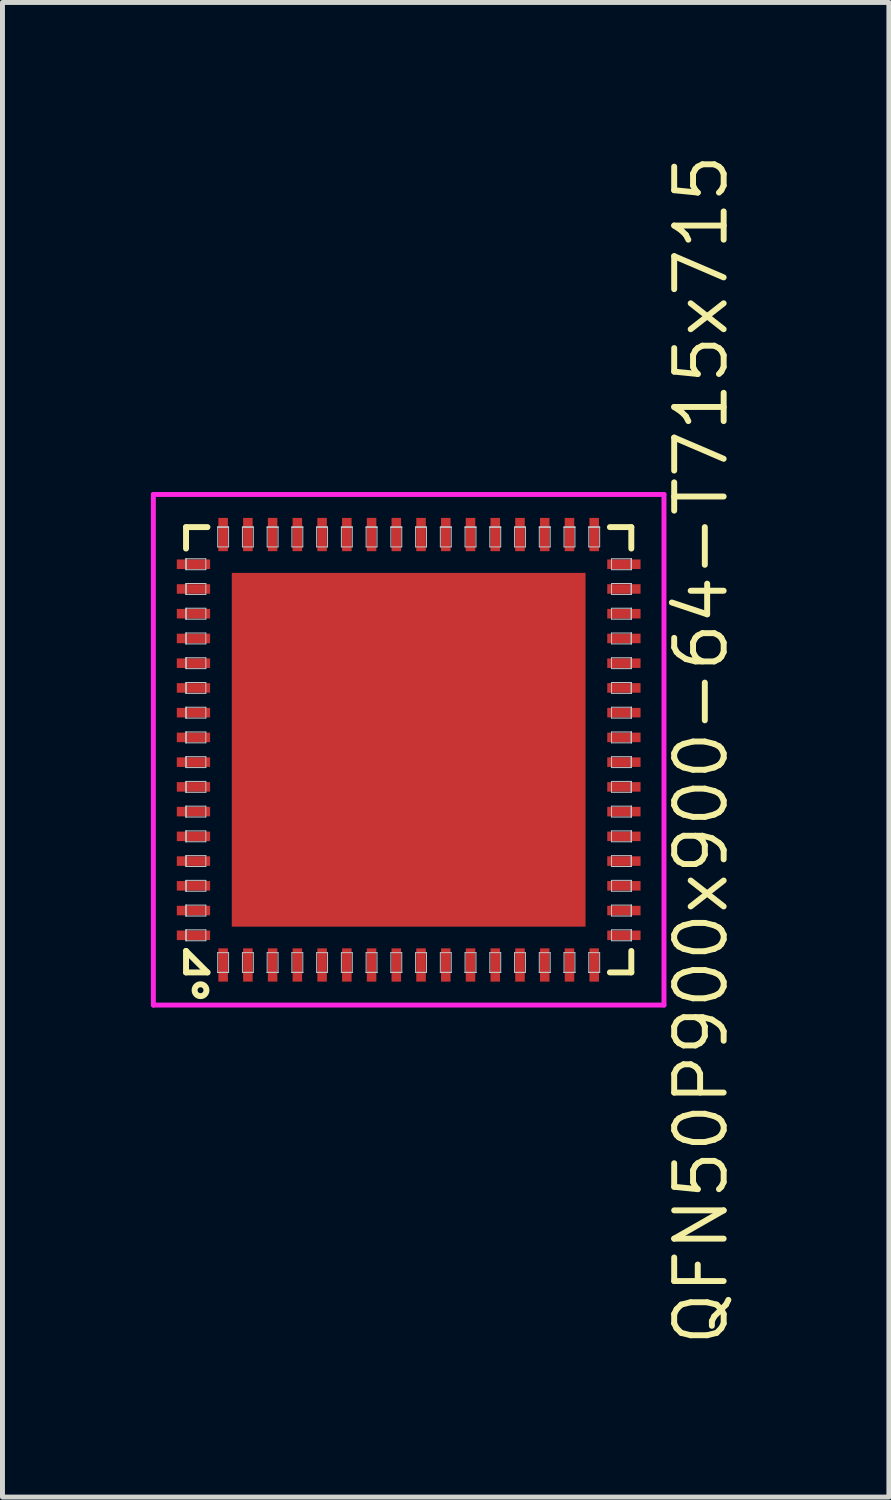
<source format=kicad_pcb>
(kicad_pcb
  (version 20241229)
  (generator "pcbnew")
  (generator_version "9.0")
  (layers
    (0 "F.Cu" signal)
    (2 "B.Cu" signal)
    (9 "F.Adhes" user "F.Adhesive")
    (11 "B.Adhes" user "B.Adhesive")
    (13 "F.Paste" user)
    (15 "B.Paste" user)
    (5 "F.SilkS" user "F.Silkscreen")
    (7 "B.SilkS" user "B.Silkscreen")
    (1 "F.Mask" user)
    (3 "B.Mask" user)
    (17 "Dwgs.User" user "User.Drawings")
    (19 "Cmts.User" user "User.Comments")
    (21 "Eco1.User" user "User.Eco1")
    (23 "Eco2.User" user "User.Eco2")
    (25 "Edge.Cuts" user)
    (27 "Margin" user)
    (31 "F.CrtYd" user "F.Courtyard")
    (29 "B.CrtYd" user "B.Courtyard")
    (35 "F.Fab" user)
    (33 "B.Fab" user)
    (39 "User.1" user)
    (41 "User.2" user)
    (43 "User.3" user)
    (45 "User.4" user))
  (footprint "QFN50P900x900-64-T715x715"
    (layer "F.Cu")
    (at 5.21 12.104)
    (property "Reference" "QFN50P900x900-64-T715x715" (at 5.91 0 90) (layer "F.SilkS") (effects (font (size 1 1) (thickness 0.12))))
    (attr through_hole)
    (fp_line (start -4.5 -4.5) (end -4.5 -4.067) (stroke (width 0.12) (type solid)) (layer "F.SilkS"))
    (fp_line (start -4.5 -4.5) (end -4.067 -4.5) (stroke (width 0.12) (type solid)) (layer "F.SilkS"))
    (fp_line (start -4.5 4.067) (end -4.067 4.5) (stroke (width 0.12) (type solid)) (layer "F.SilkS"))
    (fp_line (start -4.5 4.5) (end -4.5 4.067) (stroke (width 0.12) (type solid)) (layer "F.SilkS"))
    (fp_line (start -4.5 4.5) (end -4.067 4.5) (stroke (width 0.12) (type solid)) (layer "F.SilkS"))
    (fp_line (start 4.5 -4.5) (end 4.067 -4.5) (stroke (width 0.12) (type solid)) (layer "F.SilkS"))
    (fp_line (start 4.5 -4.5) (end 4.5 -4.067) (stroke (width 0.12) (type solid)) (layer "F.SilkS"))
    (fp_line (start 4.5 4.5) (end 4.067 4.5) (stroke (width 0.12) (type solid)) (layer "F.SilkS"))
    (fp_line (start 4.5 4.5) (end 4.5 4.067) (stroke (width 0.12) (type solid)) (layer "F.SilkS"))
    (fp_circle (center -4.207 4.86) (end -4.087 4.86) (stroke (width 0.12) (type solid)) (fill no) (layer "F.SilkS"))
    (fp_line (start -4.5 -3.86) (end -4.5 -3.86) (stroke (width 0.02) (type solid)) (layer "Dwgs.User"))
    (fp_line (start -4.5 -3.86) (end -4.5 -3.64) (stroke (width 0.02) (type solid)) (layer "Dwgs.User"))
    (fp_line (start -4.5 -3.86) (end -4.1 -3.86) (stroke (width 0.02) (type solid)) (layer "Dwgs.User"))
    (fp_line (start -4.5 -3.64) (end -4.5 -3.86) (stroke (width 0.02) (type solid)) (layer "Dwgs.User"))
    (fp_line (start -4.5 -3.64) (end -4.5 -3.86) (stroke (width 0.02) (type solid)) (layer "Dwgs.User"))
    (fp_line (start -4.5 -3.64) (end -4.5 -3.64) (stroke (width 0.02) (type solid)) (layer "Dwgs.User"))
    (fp_line (start -4.5 -3.36) (end -4.5 -3.36) (stroke (width 0.02) (type solid)) (layer "Dwgs.User"))
    (fp_line (start -4.5 -3.36) (end -4.5 -3.14) (stroke (width 0.02) (type solid)) (layer "Dwgs.User"))
    (fp_line (start -4.5 -3.36) (end -4.1 -3.36) (stroke (width 0.02) (type solid)) (layer "Dwgs.User"))
    (fp_line (start -4.5 -3.14) (end -4.5 -3.36) (stroke (width 0.02) (type solid)) (layer "Dwgs.User"))
    (fp_line (start -4.5 -3.14) (end -4.5 -3.36) (stroke (width 0.02) (type solid)) (layer "Dwgs.User"))
    (fp_line (start -4.5 -3.14) (end -4.5 -3.14) (stroke (width 0.02) (type solid)) (layer "Dwgs.User"))
    (fp_line (start -4.5 -2.86) (end -4.5 -2.86) (stroke (width 0.02) (type solid)) (layer "Dwgs.User"))
    (fp_line (start -4.5 -2.86) (end -4.5 -2.64) (stroke (width 0.02) (type solid)) (layer "Dwgs.User"))
    (fp_line (start -4.5 -2.86) (end -4.1 -2.86) (stroke (width 0.02) (type solid)) (layer "Dwgs.User"))
    (fp_line (start -4.5 -2.64) (end -4.5 -2.86) (stroke (width 0.02) (type solid)) (layer "Dwgs.User"))
    (fp_line (start -4.5 -2.64) (end -4.5 -2.86) (stroke (width 0.02) (type solid)) (layer "Dwgs.User"))
    (fp_line (start -4.5 -2.64) (end -4.5 -2.64) (stroke (width 0.02) (type solid)) (layer "Dwgs.User"))
    (fp_line (start -4.5 -2.36) (end -4.5 -2.36) (stroke (width 0.02) (type solid)) (layer "Dwgs.User"))
    (fp_line (start -4.5 -2.36) (end -4.5 -2.14) (stroke (width 0.02) (type solid)) (layer "Dwgs.User"))
    (fp_line (start -4.5 -2.36) (end -4.1 -2.36) (stroke (width 0.02) (type solid)) (layer "Dwgs.User"))
    (fp_line (start -4.5 -2.14) (end -4.5 -2.36) (stroke (width 0.02) (type solid)) (layer "Dwgs.User"))
    (fp_line (start -4.5 -2.14) (end -4.5 -2.36) (stroke (width 0.02) (type solid)) (layer "Dwgs.User"))
    (fp_line (start -4.5 -2.14) (end -4.5 -2.14) (stroke (width 0.02) (type solid)) (layer "Dwgs.User"))
    (fp_line (start -4.5 -1.86) (end -4.5 -1.86) (stroke (width 0.02) (type solid)) (layer "Dwgs.User"))
    (fp_line (start -4.5 -1.86) (end -4.5 -1.64) (stroke (width 0.02) (type solid)) (layer "Dwgs.User"))
    (fp_line (start -4.5 -1.86) (end -4.1 -1.86) (stroke (width 0.02) (type solid)) (layer "Dwgs.User"))
    (fp_line (start -4.5 -1.64) (end -4.5 -1.86) (stroke (width 0.02) (type solid)) (layer "Dwgs.User"))
    (fp_line (start -4.5 -1.64) (end -4.5 -1.86) (stroke (width 0.02) (type solid)) (layer "Dwgs.User"))
    (fp_line (start -4.5 -1.64) (end -4.5 -1.64) (stroke (width 0.02) (type solid)) (layer "Dwgs.User"))
    (fp_line (start -4.5 -1.36) (end -4.5 -1.36) (stroke (width 0.02) (type solid)) (layer "Dwgs.User"))
    (fp_line (start -4.5 -1.36) (end -4.5 -1.14) (stroke (width 0.02) (type solid)) (layer "Dwgs.User"))
    (fp_line (start -4.5 -1.36) (end -4.1 -1.36) (stroke (width 0.02) (type solid)) (layer "Dwgs.User"))
    (fp_line (start -4.5 -1.14) (end -4.5 -1.36) (stroke (width 0.02) (type solid)) (layer "Dwgs.User"))
    (fp_line (start -4.5 -1.14) (end -4.5 -1.36) (stroke (width 0.02) (type solid)) (layer "Dwgs.User"))
    (fp_line (start -4.5 -1.14) (end -4.5 -1.14) (stroke (width 0.02) (type solid)) (layer "Dwgs.User"))
    (fp_line (start -4.5 -0.86) (end -4.5 -0.86) (stroke (width 0.02) (type solid)) (layer "Dwgs.User"))
    (fp_line (start -4.5 -0.86) (end -4.5 -0.64) (stroke (width 0.02) (type solid)) (layer "Dwgs.User"))
    (fp_line (start -4.5 -0.86) (end -4.1 -0.86) (stroke (width 0.02) (type solid)) (layer "Dwgs.User"))
    (fp_line (start -4.5 -0.64) (end -4.5 -0.86) (stroke (width 0.02) (type solid)) (layer "Dwgs.User"))
    (fp_line (start -4.5 -0.64) (end -4.5 -0.86) (stroke (width 0.02) (type solid)) (layer "Dwgs.User"))
    (fp_line (start -4.5 -0.64) (end -4.5 -0.64) (stroke (width 0.02) (type solid)) (layer "Dwgs.User"))
    (fp_line (start -4.5 -0.36) (end -4.5 -0.36) (stroke (width 0.02) (type solid)) (layer "Dwgs.User"))
    (fp_line (start -4.5 -0.36) (end -4.5 -0.14) (stroke (width 0.02) (type solid)) (layer "Dwgs.User"))
    (fp_line (start -4.5 -0.36) (end -4.1 -0.36) (stroke (width 0.02) (type solid)) (layer "Dwgs.User"))
    (fp_line (start -4.5 -0.14) (end -4.5 -0.36) (stroke (width 0.02) (type solid)) (layer "Dwgs.User"))
    (fp_line (start -4.5 -0.14) (end -4.5 -0.36) (stroke (width 0.02) (type solid)) (layer "Dwgs.User"))
    (fp_line (start -4.5 -0.14) (end -4.5 -0.14) (stroke (width 0.02) (type solid)) (layer "Dwgs.User"))
    (fp_line (start -4.5 0.14) (end -4.5 0.14) (stroke (width 0.02) (type solid)) (layer "Dwgs.User"))
    (fp_line (start -4.5 0.14) (end -4.5 0.36) (stroke (width 0.02) (type solid)) (layer "Dwgs.User"))
    (fp_line (start -4.5 0.14) (end -4.1 0.14) (stroke (width 0.02) (type solid)) (layer "Dwgs.User"))
    (fp_line (start -4.5 0.36) (end -4.5 0.14) (stroke (width 0.02) (type solid)) (layer "Dwgs.User"))
    (fp_line (start -4.5 0.36) (end -4.5 0.14) (stroke (width 0.02) (type solid)) (layer "Dwgs.User"))
    (fp_line (start -4.5 0.36) (end -4.5 0.36) (stroke (width 0.02) (type solid)) (layer "Dwgs.User"))
    (fp_line (start -4.5 0.64) (end -4.5 0.64) (stroke (width 0.02) (type solid)) (layer "Dwgs.User"))
    (fp_line (start -4.5 0.64) (end -4.5 0.86) (stroke (width 0.02) (type solid)) (layer "Dwgs.User"))
    (fp_line (start -4.5 0.64) (end -4.1 0.64) (stroke (width 0.02) (type solid)) (layer "Dwgs.User"))
    (fp_line (start -4.5 0.86) (end -4.5 0.64) (stroke (width 0.02) (type solid)) (layer "Dwgs.User"))
    (fp_line (start -4.5 0.86) (end -4.5 0.64) (stroke (width 0.02) (type solid)) (layer "Dwgs.User"))
    (fp_line (start -4.5 0.86) (end -4.5 0.86) (stroke (width 0.02) (type solid)) (layer "Dwgs.User"))
    (fp_line (start -4.5 1.14) (end -4.5 1.14) (stroke (width 0.02) (type solid)) (layer "Dwgs.User"))
    (fp_line (start -4.5 1.14) (end -4.5 1.36) (stroke (width 0.02) (type solid)) (layer "Dwgs.User"))
    (fp_line (start -4.5 1.14) (end -4.1 1.14) (stroke (width 0.02) (type solid)) (layer "Dwgs.User"))
    (fp_line (start -4.5 1.36) (end -4.5 1.14) (stroke (width 0.02) (type solid)) (layer "Dwgs.User"))
    (fp_line (start -4.5 1.36) (end -4.5 1.14) (stroke (width 0.02) (type solid)) (layer "Dwgs.User"))
    (fp_line (start -4.5 1.36) (end -4.5 1.36) (stroke (width 0.02) (type solid)) (layer "Dwgs.User"))
    (fp_line (start -4.5 1.64) (end -4.5 1.64) (stroke (width 0.02) (type solid)) (layer "Dwgs.User"))
    (fp_line (start -4.5 1.64) (end -4.5 1.86) (stroke (width 0.02) (type solid)) (layer "Dwgs.User"))
    (fp_line (start -4.5 1.64) (end -4.1 1.64) (stroke (width 0.02) (type solid)) (layer "Dwgs.User"))
    (fp_line (start -4.5 1.86) (end -4.5 1.64) (stroke (width 0.02) (type solid)) (layer "Dwgs.User"))
    (fp_line (start -4.5 1.86) (end -4.5 1.64) (stroke (width 0.02) (type solid)) (layer "Dwgs.User"))
    (fp_line (start -4.5 1.86) (end -4.5 1.86) (stroke (width 0.02) (type solid)) (layer "Dwgs.User"))
    (fp_line (start -4.5 2.14) (end -4.5 2.14) (stroke (width 0.02) (type solid)) (layer "Dwgs.User"))
    (fp_line (start -4.5 2.14) (end -4.5 2.36) (stroke (width 0.02) (type solid)) (layer "Dwgs.User"))
    (fp_line (start -4.5 2.14) (end -4.1 2.14) (stroke (width 0.02) (type solid)) (layer "Dwgs.User"))
    (fp_line (start -4.5 2.36) (end -4.5 2.14) (stroke (width 0.02) (type solid)) (layer "Dwgs.User"))
    (fp_line (start -4.5 2.36) (end -4.5 2.14) (stroke (width 0.02) (type solid)) (layer "Dwgs.User"))
    (fp_line (start -4.5 2.36) (end -4.5 2.36) (stroke (width 0.02) (type solid)) (layer "Dwgs.User"))
    (fp_line (start -4.5 2.64) (end -4.5 2.64) (stroke (width 0.02) (type solid)) (layer "Dwgs.User"))
    (fp_line (start -4.5 2.64) (end -4.5 2.86) (stroke (width 0.02) (type solid)) (layer "Dwgs.User"))
    (fp_line (start -4.5 2.64) (end -4.1 2.64) (stroke (width 0.02) (type solid)) (layer "Dwgs.User"))
    (fp_line (start -4.5 2.86) (end -4.5 2.64) (stroke (width 0.02) (type solid)) (layer "Dwgs.User"))
    (fp_line (start -4.5 2.86) (end -4.5 2.64) (stroke (width 0.02) (type solid)) (layer "Dwgs.User"))
    (fp_line (start -4.5 2.86) (end -4.5 2.86) (stroke (width 0.02) (type solid)) (layer "Dwgs.User"))
    (fp_line (start -4.5 3.14) (end -4.5 3.14) (stroke (width 0.02) (type solid)) (layer "Dwgs.User"))
    (fp_line (start -4.5 3.14) (end -4.5 3.36) (stroke (width 0.02) (type solid)) (layer "Dwgs.User"))
    (fp_line (start -4.5 3.14) (end -4.1 3.14) (stroke (width 0.02) (type solid)) (layer "Dwgs.User"))
    (fp_line (start -4.5 3.36) (end -4.5 3.14) (stroke (width 0.02) (type solid)) (layer "Dwgs.User"))
    (fp_line (start -4.5 3.36) (end -4.5 3.14) (stroke (width 0.02) (type solid)) (layer "Dwgs.User"))
    (fp_line (start -4.5 3.36) (end -4.5 3.36) (stroke (width 0.02) (type solid)) (layer "Dwgs.User"))
    (fp_line (start -4.5 3.64) (end -4.5 3.64) (stroke (width 0.02) (type solid)) (layer "Dwgs.User"))
    (fp_line (start -4.5 3.64) (end -4.5 3.86) (stroke (width 0.02) (type solid)) (layer "Dwgs.User"))
    (fp_line (start -4.5 3.64) (end -4.1 3.64) (stroke (width 0.02) (type solid)) (layer "Dwgs.User"))
    (fp_line (start -4.5 3.86) (end -4.5 3.64) (stroke (width 0.02) (type solid)) (layer "Dwgs.User"))
    (fp_line (start -4.5 3.86) (end -4.5 3.64) (stroke (width 0.02) (type solid)) (layer "Dwgs.User"))
    (fp_line (start -4.5 3.86) (end -4.5 3.86) (stroke (width 0.02) (type solid)) (layer "Dwgs.User"))
    (fp_line (start -4.1 -3.86) (end -4.1 -3.64) (stroke (width 0.02) (type solid)) (layer "Dwgs.User"))
    (fp_line (start -4.1 -3.64) (end -4.5 -3.64) (stroke (width 0.02) (type solid)) (layer "Dwgs.User"))
    (fp_line (start -4.1 -3.36) (end -4.1 -3.14) (stroke (width 0.02) (type solid)) (layer "Dwgs.User"))
    (fp_line (start -4.1 -3.14) (end -4.5 -3.14) (stroke (width 0.02) (type solid)) (layer "Dwgs.User"))
    (fp_line (start -4.1 -2.86) (end -4.1 -2.64) (stroke (width 0.02) (type solid)) (layer "Dwgs.User"))
    (fp_line (start -4.1 -2.64) (end -4.5 -2.64) (stroke (width 0.02) (type solid)) (layer "Dwgs.User"))
    (fp_line (start -4.1 -2.36) (end -4.1 -2.14) (stroke (width 0.02) (type solid)) (layer "Dwgs.User"))
    (fp_line (start -4.1 -2.14) (end -4.5 -2.14) (stroke (width 0.02) (type solid)) (layer "Dwgs.User"))
    (fp_line (start -4.1 -1.86) (end -4.1 -1.64) (stroke (width 0.02) (type solid)) (layer "Dwgs.User"))
    (fp_line (start -4.1 -1.64) (end -4.5 -1.64) (stroke (width 0.02) (type solid)) (layer "Dwgs.User"))
    (fp_line (start -4.1 -1.36) (end -4.1 -1.14) (stroke (width 0.02) (type solid)) (layer "Dwgs.User"))
    (fp_line (start -4.1 -1.14) (end -4.5 -1.14) (stroke (width 0.02) (type solid)) (layer "Dwgs.User"))
    (fp_line (start -4.1 -0.86) (end -4.1 -0.64) (stroke (width 0.02) (type solid)) (layer "Dwgs.User"))
    (fp_line (start -4.1 -0.64) (end -4.5 -0.64) (stroke (width 0.02) (type solid)) (layer "Dwgs.User"))
    (fp_line (start -4.1 -0.36) (end -4.1 -0.14) (stroke (width 0.02) (type solid)) (layer "Dwgs.User"))
    (fp_line (start -4.1 -0.14) (end -4.5 -0.14) (stroke (width 0.02) (type solid)) (layer "Dwgs.User"))
    (fp_line (start -4.1 0.14) (end -4.1 0.36) (stroke (width 0.02) (type solid)) (layer "Dwgs.User"))
    (fp_line (start -4.1 0.36) (end -4.5 0.36) (stroke (width 0.02) (type solid)) (layer "Dwgs.User"))
    (fp_line (start -4.1 0.64) (end -4.1 0.86) (stroke (width 0.02) (type solid)) (layer "Dwgs.User"))
    (fp_line (start -4.1 0.86) (end -4.5 0.86) (stroke (width 0.02) (type solid)) (layer "Dwgs.User"))
    (fp_line (start -4.1 1.14) (end -4.1 1.36) (stroke (width 0.02) (type solid)) (layer "Dwgs.User"))
    (fp_line (start -4.1 1.36) (end -4.5 1.36) (stroke (width 0.02) (type solid)) (layer "Dwgs.User"))
    (fp_line (start -4.1 1.64) (end -4.1 1.86) (stroke (width 0.02) (type solid)) (layer "Dwgs.User"))
    (fp_line (start -4.1 1.86) (end -4.5 1.86) (stroke (width 0.02) (type solid)) (layer "Dwgs.User"))
    (fp_line (start -4.1 2.14) (end -4.1 2.36) (stroke (width 0.02) (type solid)) (layer "Dwgs.User"))
    (fp_line (start -4.1 2.36) (end -4.5 2.36) (stroke (width 0.02) (type solid)) (layer "Dwgs.User"))
    (fp_line (start -4.1 2.64) (end -4.1 2.86) (stroke (width 0.02) (type solid)) (layer "Dwgs.User"))
    (fp_line (start -4.1 2.86) (end -4.5 2.86) (stroke (width 0.02) (type solid)) (layer "Dwgs.User"))
    (fp_line (start -4.1 3.14) (end -4.1 3.36) (stroke (width 0.02) (type solid)) (layer "Dwgs.User"))
    (fp_line (start -4.1 3.36) (end -4.5 3.36) (stroke (width 0.02) (type solid)) (layer "Dwgs.User"))
    (fp_line (start -4.1 3.64) (end -4.1 3.86) (stroke (width 0.02) (type solid)) (layer "Dwgs.User"))
    (fp_line (start -4.1 3.86) (end -4.5 3.86) (stroke (width 0.02) (type solid)) (layer "Dwgs.User"))
    (fp_line (start -3.86 -4.5) (end -3.86 -4.5) (stroke (width 0.02) (type solid)) (layer "Dwgs.User"))
    (fp_line (start -3.86 -4.5) (end -3.64 -4.5) (stroke (width 0.02) (type solid)) (layer "Dwgs.User"))
    (fp_line (start -3.86 -4.5) (end -3.64 -4.5) (stroke (width 0.02) (type solid)) (layer "Dwgs.User"))
    (fp_line (start -3.86 -4.1) (end -3.86 -4.5) (stroke (width 0.02) (type solid)) (layer "Dwgs.User"))
    (fp_line (start -3.86 4.1) (end -3.86 4.5) (stroke (width 0.02) (type solid)) (layer "Dwgs.User"))
    (fp_line (start -3.86 4.5) (end -3.86 4.5) (stroke (width 0.02) (type solid)) (layer "Dwgs.User"))
    (fp_line (start -3.86 4.5) (end -3.64 4.5) (stroke (width 0.02) (type solid)) (layer "Dwgs.User"))
    (fp_line (start -3.86 4.5) (end -3.64 4.5) (stroke (width 0.02) (type solid)) (layer "Dwgs.User"))
    (fp_line (start -3.64 -4.5) (end -3.86 -4.5) (stroke (width 0.02) (type solid)) (layer "Dwgs.User"))
    (fp_line (start -3.64 -4.5) (end -3.64 -4.5) (stroke (width 0.02) (type solid)) (layer "Dwgs.User"))
    (fp_line (start -3.64 -4.5) (end -3.64 -4.1) (stroke (width 0.02) (type solid)) (layer "Dwgs.User"))
    (fp_line (start -3.64 -4.1) (end -3.86 -4.1) (stroke (width 0.02) (type solid)) (layer "Dwgs.User"))
    (fp_line (start -3.64 4.1) (end -3.86 4.1) (stroke (width 0.02) (type solid)) (layer "Dwgs.User"))
    (fp_line (start -3.64 4.5) (end -3.86 4.5) (stroke (width 0.02) (type solid)) (layer "Dwgs.User"))
    (fp_line (start -3.64 4.5) (end -3.64 4.1) (stroke (width 0.02) (type solid)) (layer "Dwgs.User"))
    (fp_line (start -3.64 4.5) (end -3.64 4.5) (stroke (width 0.02) (type solid)) (layer "Dwgs.User"))
    (fp_line (start -3.36 -4.5) (end -3.36 -4.5) (stroke (width 0.02) (type solid)) (layer "Dwgs.User"))
    (fp_line (start -3.36 -4.5) (end -3.14 -4.5) (stroke (width 0.02) (type solid)) (layer "Dwgs.User"))
    (fp_line (start -3.36 -4.5) (end -3.14 -4.5) (stroke (width 0.02) (type solid)) (layer "Dwgs.User"))
    (fp_line (start -3.36 -4.1) (end -3.36 -4.5) (stroke (width 0.02) (type solid)) (layer "Dwgs.User"))
    (fp_line (start -3.36 4.1) (end -3.36 4.5) (stroke (width 0.02) (type solid)) (layer "Dwgs.User"))
    (fp_line (start -3.36 4.5) (end -3.36 4.5) (stroke (width 0.02) (type solid)) (layer "Dwgs.User"))
    (fp_line (start -3.36 4.5) (end -3.14 4.5) (stroke (width 0.02) (type solid)) (layer "Dwgs.User"))
    (fp_line (start -3.36 4.5) (end -3.14 4.5) (stroke (width 0.02) (type solid)) (layer "Dwgs.User"))
    (fp_line (start -3.14 -4.5) (end -3.36 -4.5) (stroke (width 0.02) (type solid)) (layer "Dwgs.User"))
    (fp_line (start -3.14 -4.5) (end -3.14 -4.5) (stroke (width 0.02) (type solid)) (layer "Dwgs.User"))
    (fp_line (start -3.14 -4.5) (end -3.14 -4.1) (stroke (width 0.02) (type solid)) (layer "Dwgs.User"))
    (fp_line (start -3.14 -4.1) (end -3.36 -4.1) (stroke (width 0.02) (type solid)) (layer "Dwgs.User"))
    (fp_line (start -3.14 4.1) (end -3.36 4.1) (stroke (width 0.02) (type solid)) (layer "Dwgs.User"))
    (fp_line (start -3.14 4.5) (end -3.36 4.5) (stroke (width 0.02) (type solid)) (layer "Dwgs.User"))
    (fp_line (start -3.14 4.5) (end -3.14 4.1) (stroke (width 0.02) (type solid)) (layer "Dwgs.User"))
    (fp_line (start -3.14 4.5) (end -3.14 4.5) (stroke (width 0.02) (type solid)) (layer "Dwgs.User"))
    (fp_line (start -2.86 -4.5) (end -2.86 -4.5) (stroke (width 0.02) (type solid)) (layer "Dwgs.User"))
    (fp_line (start -2.86 -4.5) (end -2.64 -4.5) (stroke (width 0.02) (type solid)) (layer "Dwgs.User"))
    (fp_line (start -2.86 -4.5) (end -2.64 -4.5) (stroke (width 0.02) (type solid)) (layer "Dwgs.User"))
    (fp_line (start -2.86 -4.1) (end -2.86 -4.5) (stroke (width 0.02) (type solid)) (layer "Dwgs.User"))
    (fp_line (start -2.86 4.1) (end -2.86 4.5) (stroke (width 0.02) (type solid)) (layer "Dwgs.User"))
    (fp_line (start -2.86 4.5) (end -2.86 4.5) (stroke (width 0.02) (type solid)) (layer "Dwgs.User"))
    (fp_line (start -2.86 4.5) (end -2.64 4.5) (stroke (width 0.02) (type solid)) (layer "Dwgs.User"))
    (fp_line (start -2.86 4.5) (end -2.64 4.5) (stroke (width 0.02) (type solid)) (layer "Dwgs.User"))
    (fp_line (start -2.64 -4.5) (end -2.86 -4.5) (stroke (width 0.02) (type solid)) (layer "Dwgs.User"))
    (fp_line (start -2.64 -4.5) (end -2.64 -4.5) (stroke (width 0.02) (type solid)) (layer "Dwgs.User"))
    (fp_line (start -2.64 -4.5) (end -2.64 -4.1) (stroke (width 0.02) (type solid)) (layer "Dwgs.User"))
    (fp_line (start -2.64 -4.1) (end -2.86 -4.1) (stroke (width 0.02) (type solid)) (layer "Dwgs.User"))
    (fp_line (start -2.64 4.1) (end -2.86 4.1) (stroke (width 0.02) (type solid)) (layer "Dwgs.User"))
    (fp_line (start -2.64 4.5) (end -2.86 4.5) (stroke (width 0.02) (type solid)) (layer "Dwgs.User"))
    (fp_line (start -2.64 4.5) (end -2.64 4.1) (stroke (width 0.02) (type solid)) (layer "Dwgs.User"))
    (fp_line (start -2.64 4.5) (end -2.64 4.5) (stroke (width 0.02) (type solid)) (layer "Dwgs.User"))
    (fp_line (start -2.36 -4.5) (end -2.36 -4.5) (stroke (width 0.02) (type solid)) (layer "Dwgs.User"))
    (fp_line (start -2.36 -4.5) (end -2.14 -4.5) (stroke (width 0.02) (type solid)) (layer "Dwgs.User"))
    (fp_line (start -2.36 -4.5) (end -2.14 -4.5) (stroke (width 0.02) (type solid)) (layer "Dwgs.User"))
    (fp_line (start -2.36 -4.1) (end -2.36 -4.5) (stroke (width 0.02) (type solid)) (layer "Dwgs.User"))
    (fp_line (start -2.36 4.1) (end -2.36 4.5) (stroke (width 0.02) (type solid)) (layer "Dwgs.User"))
    (fp_line (start -2.36 4.5) (end -2.36 4.5) (stroke (width 0.02) (type solid)) (layer "Dwgs.User"))
    (fp_line (start -2.36 4.5) (end -2.14 4.5) (stroke (width 0.02) (type solid)) (layer "Dwgs.User"))
    (fp_line (start -2.36 4.5) (end -2.14 4.5) (stroke (width 0.02) (type solid)) (layer "Dwgs.User"))
    (fp_line (start -2.14 -4.5) (end -2.36 -4.5) (stroke (width 0.02) (type solid)) (layer "Dwgs.User"))
    (fp_line (start -2.14 -4.5) (end -2.14 -4.5) (stroke (width 0.02) (type solid)) (layer "Dwgs.User"))
    (fp_line (start -2.14 -4.5) (end -2.14 -4.1) (stroke (width 0.02) (type solid)) (layer "Dwgs.User"))
    (fp_line (start -2.14 -4.1) (end -2.36 -4.1) (stroke (width 0.02) (type solid)) (layer "Dwgs.User"))
    (fp_line (start -2.14 4.1) (end -2.36 4.1) (stroke (width 0.02) (type solid)) (layer "Dwgs.User"))
    (fp_line (start -2.14 4.5) (end -2.36 4.5) (stroke (width 0.02) (type solid)) (layer "Dwgs.User"))
    (fp_line (start -2.14 4.5) (end -2.14 4.1) (stroke (width 0.02) (type solid)) (layer "Dwgs.User"))
    (fp_line (start -2.14 4.5) (end -2.14 4.5) (stroke (width 0.02) (type solid)) (layer "Dwgs.User"))
    (fp_line (start -1.86 -4.5) (end -1.86 -4.5) (stroke (width 0.02) (type solid)) (layer "Dwgs.User"))
    (fp_line (start -1.86 -4.5) (end -1.64 -4.5) (stroke (width 0.02) (type solid)) (layer "Dwgs.User"))
    (fp_line (start -1.86 -4.5) (end -1.64 -4.5) (stroke (width 0.02) (type solid)) (layer "Dwgs.User"))
    (fp_line (start -1.86 -4.1) (end -1.86 -4.5) (stroke (width 0.02) (type solid)) (layer "Dwgs.User"))
    (fp_line (start -1.86 4.1) (end -1.86 4.5) (stroke (width 0.02) (type solid)) (layer "Dwgs.User"))
    (fp_line (start -1.86 4.5) (end -1.86 4.5) (stroke (width 0.02) (type solid)) (layer "Dwgs.User"))
    (fp_line (start -1.86 4.5) (end -1.64 4.5) (stroke (width 0.02) (type solid)) (layer "Dwgs.User"))
    (fp_line (start -1.86 4.5) (end -1.64 4.5) (stroke (width 0.02) (type solid)) (layer "Dwgs.User"))
    (fp_line (start -1.64 -4.5) (end -1.86 -4.5) (stroke (width 0.02) (type solid)) (layer "Dwgs.User"))
    (fp_line (start -1.64 -4.5) (end -1.64 -4.5) (stroke (width 0.02) (type solid)) (layer "Dwgs.User"))
    (fp_line (start -1.64 -4.5) (end -1.64 -4.1) (stroke (width 0.02) (type solid)) (layer "Dwgs.User"))
    (fp_line (start -1.64 -4.1) (end -1.86 -4.1) (stroke (width 0.02) (type solid)) (layer "Dwgs.User"))
    (fp_line (start -1.64 4.1) (end -1.86 4.1) (stroke (width 0.02) (type solid)) (layer "Dwgs.User"))
    (fp_line (start -1.64 4.5) (end -1.86 4.5) (stroke (width 0.02) (type solid)) (layer "Dwgs.User"))
    (fp_line (start -1.64 4.5) (end -1.64 4.1) (stroke (width 0.02) (type solid)) (layer "Dwgs.User"))
    (fp_line (start -1.64 4.5) (end -1.64 4.5) (stroke (width 0.02) (type solid)) (layer "Dwgs.User"))
    (fp_line (start -1.36 -4.5) (end -1.36 -4.5) (stroke (width 0.02) (type solid)) (layer "Dwgs.User"))
    (fp_line (start -1.36 -4.5) (end -1.14 -4.5) (stroke (width 0.02) (type solid)) (layer "Dwgs.User"))
    (fp_line (start -1.36 -4.5) (end -1.14 -4.5) (stroke (width 0.02) (type solid)) (layer "Dwgs.User"))
    (fp_line (start -1.36 -4.1) (end -1.36 -4.5) (stroke (width 0.02) (type solid)) (layer "Dwgs.User"))
    (fp_line (start -1.36 4.1) (end -1.36 4.5) (stroke (width 0.02) (type solid)) (layer "Dwgs.User"))
    (fp_line (start -1.36 4.5) (end -1.36 4.5) (stroke (width 0.02) (type solid)) (layer "Dwgs.User"))
    (fp_line (start -1.36 4.5) (end -1.14 4.5) (stroke (width 0.02) (type solid)) (layer "Dwgs.User"))
    (fp_line (start -1.36 4.5) (end -1.14 4.5) (stroke (width 0.02) (type solid)) (layer "Dwgs.User"))
    (fp_line (start -1.14 -4.5) (end -1.36 -4.5) (stroke (width 0.02) (type solid)) (layer "Dwgs.User"))
    (fp_line (start -1.14 -4.5) (end -1.14 -4.5) (stroke (width 0.02) (type solid)) (layer "Dwgs.User"))
    (fp_line (start -1.14 -4.5) (end -1.14 -4.1) (stroke (width 0.02) (type solid)) (layer "Dwgs.User"))
    (fp_line (start -1.14 -4.1) (end -1.36 -4.1) (stroke (width 0.02) (type solid)) (layer "Dwgs.User"))
    (fp_line (start -1.14 4.1) (end -1.36 4.1) (stroke (width 0.02) (type solid)) (layer "Dwgs.User"))
    (fp_line (start -1.14 4.5) (end -1.36 4.5) (stroke (width 0.02) (type solid)) (layer "Dwgs.User"))
    (fp_line (start -1.14 4.5) (end -1.14 4.1) (stroke (width 0.02) (type solid)) (layer "Dwgs.User"))
    (fp_line (start -1.14 4.5) (end -1.14 4.5) (stroke (width 0.02) (type solid)) (layer "Dwgs.User"))
    (fp_line (start -0.86 -4.5) (end -0.86 -4.5) (stroke (width 0.02) (type solid)) (layer "Dwgs.User"))
    (fp_line (start -0.86 -4.5) (end -0.64 -4.5) (stroke (width 0.02) (type solid)) (layer "Dwgs.User"))
    (fp_line (start -0.86 -4.5) (end -0.64 -4.5) (stroke (width 0.02) (type solid)) (layer "Dwgs.User"))
    (fp_line (start -0.86 -4.1) (end -0.86 -4.5) (stroke (width 0.02) (type solid)) (layer "Dwgs.User"))
    (fp_line (start -0.86 4.1) (end -0.86 4.5) (stroke (width 0.02) (type solid)) (layer "Dwgs.User"))
    (fp_line (start -0.86 4.5) (end -0.86 4.5) (stroke (width 0.02) (type solid)) (layer "Dwgs.User"))
    (fp_line (start -0.86 4.5) (end -0.64 4.5) (stroke (width 0.02) (type solid)) (layer "Dwgs.User"))
    (fp_line (start -0.86 4.5) (end -0.64 4.5) (stroke (width 0.02) (type solid)) (layer "Dwgs.User"))
    (fp_line (start -0.64 -4.5) (end -0.86 -4.5) (stroke (width 0.02) (type solid)) (layer "Dwgs.User"))
    (fp_line (start -0.64 -4.5) (end -0.64 -4.5) (stroke (width 0.02) (type solid)) (layer "Dwgs.User"))
    (fp_line (start -0.64 -4.5) (end -0.64 -4.1) (stroke (width 0.02) (type solid)) (layer "Dwgs.User"))
    (fp_line (start -0.64 -4.1) (end -0.86 -4.1) (stroke (width 0.02) (type solid)) (layer "Dwgs.User"))
    (fp_line (start -0.64 4.1) (end -0.86 4.1) (stroke (width 0.02) (type solid)) (layer "Dwgs.User"))
    (fp_line (start -0.64 4.5) (end -0.86 4.5) (stroke (width 0.02) (type solid)) (layer "Dwgs.User"))
    (fp_line (start -0.64 4.5) (end -0.64 4.1) (stroke (width 0.02) (type solid)) (layer "Dwgs.User"))
    (fp_line (start -0.64 4.5) (end -0.64 4.5) (stroke (width 0.02) (type solid)) (layer "Dwgs.User"))
    (fp_line (start -0.36 -4.5) (end -0.36 -4.5) (stroke (width 0.02) (type solid)) (layer "Dwgs.User"))
    (fp_line (start -0.36 -4.5) (end -0.14 -4.5) (stroke (width 0.02) (type solid)) (layer "Dwgs.User"))
    (fp_line (start -0.36 -4.5) (end -0.14 -4.5) (stroke (width 0.02) (type solid)) (layer "Dwgs.User"))
    (fp_line (start -0.36 -4.1) (end -0.36 -4.5) (stroke (width 0.02) (type solid)) (layer "Dwgs.User"))
    (fp_line (start -0.36 4.1) (end -0.36 4.5) (stroke (width 0.02) (type solid)) (layer "Dwgs.User"))
    (fp_line (start -0.36 4.5) (end -0.36 4.5) (stroke (width 0.02) (type solid)) (layer "Dwgs.User"))
    (fp_line (start -0.36 4.5) (end -0.14 4.5) (stroke (width 0.02) (type solid)) (layer "Dwgs.User"))
    (fp_line (start -0.36 4.5) (end -0.14 4.5) (stroke (width 0.02) (type solid)) (layer "Dwgs.User"))
    (fp_line (start -0.14 -4.5) (end -0.36 -4.5) (stroke (width 0.02) (type solid)) (layer "Dwgs.User"))
    (fp_line (start -0.14 -4.5) (end -0.14 -4.5) (stroke (width 0.02) (type solid)) (layer "Dwgs.User"))
    (fp_line (start -0.14 -4.5) (end -0.14 -4.1) (stroke (width 0.02) (type solid)) (layer "Dwgs.User"))
    (fp_line (start -0.14 -4.1) (end -0.36 -4.1) (stroke (width 0.02) (type solid)) (layer "Dwgs.User"))
    (fp_line (start -0.14 4.1) (end -0.36 4.1) (stroke (width 0.02) (type solid)) (layer "Dwgs.User"))
    (fp_line (start -0.14 4.5) (end -0.36 4.5) (stroke (width 0.02) (type solid)) (layer "Dwgs.User"))
    (fp_line (start -0.14 4.5) (end -0.14 4.1) (stroke (width 0.02) (type solid)) (layer "Dwgs.User"))
    (fp_line (start -0.14 4.5) (end -0.14 4.5) (stroke (width 0.02) (type solid)) (layer "Dwgs.User"))
    (fp_line (start 0.14 -4.5) (end 0.14 -4.5) (stroke (width 0.02) (type solid)) (layer "Dwgs.User"))
    (fp_line (start 0.14 -4.5) (end 0.36 -4.5) (stroke (width 0.02) (type solid)) (layer "Dwgs.User"))
    (fp_line (start 0.14 -4.5) (end 0.36 -4.5) (stroke (width 0.02) (type solid)) (layer "Dwgs.User"))
    (fp_line (start 0.14 -4.1) (end 0.14 -4.5) (stroke (width 0.02) (type solid)) (layer "Dwgs.User"))
    (fp_line (start 0.14 4.1) (end 0.14 4.5) (stroke (width 0.02) (type solid)) (layer "Dwgs.User"))
    (fp_line (start 0.14 4.5) (end 0.14 4.5) (stroke (width 0.02) (type solid)) (layer "Dwgs.User"))
    (fp_line (start 0.14 4.5) (end 0.36 4.5) (stroke (width 0.02) (type solid)) (layer "Dwgs.User"))
    (fp_line (start 0.14 4.5) (end 0.36 4.5) (stroke (width 0.02) (type solid)) (layer "Dwgs.User"))
    (fp_line (start 0.36 -4.5) (end 0.14 -4.5) (stroke (width 0.02) (type solid)) (layer "Dwgs.User"))
    (fp_line (start 0.36 -4.5) (end 0.36 -4.5) (stroke (width 0.02) (type solid)) (layer "Dwgs.User"))
    (fp_line (start 0.36 -4.5) (end 0.36 -4.1) (stroke (width 0.02) (type solid)) (layer "Dwgs.User"))
    (fp_line (start 0.36 -4.1) (end 0.14 -4.1) (stroke (width 0.02) (type solid)) (layer "Dwgs.User"))
    (fp_line (start 0.36 4.1) (end 0.14 4.1) (stroke (width 0.02) (type solid)) (layer "Dwgs.User"))
    (fp_line (start 0.36 4.5) (end 0.14 4.5) (stroke (width 0.02) (type solid)) (layer "Dwgs.User"))
    (fp_line (start 0.36 4.5) (end 0.36 4.1) (stroke (width 0.02) (type solid)) (layer "Dwgs.User"))
    (fp_line (start 0.36 4.5) (end 0.36 4.5) (stroke (width 0.02) (type solid)) (layer "Dwgs.User"))
    (fp_line (start 0.64 -4.5) (end 0.64 -4.5) (stroke (width 0.02) (type solid)) (layer "Dwgs.User"))
    (fp_line (start 0.64 -4.5) (end 0.86 -4.5) (stroke (width 0.02) (type solid)) (layer "Dwgs.User"))
    (fp_line (start 0.64 -4.5) (end 0.86 -4.5) (stroke (width 0.02) (type solid)) (layer "Dwgs.User"))
    (fp_line (start 0.64 -4.1) (end 0.64 -4.5) (stroke (width 0.02) (type solid)) (layer "Dwgs.User"))
    (fp_line (start 0.64 4.1) (end 0.64 4.5) (stroke (width 0.02) (type solid)) (layer "Dwgs.User"))
    (fp_line (start 0.64 4.5) (end 0.64 4.5) (stroke (width 0.02) (type solid)) (layer "Dwgs.User"))
    (fp_line (start 0.64 4.5) (end 0.86 4.5) (stroke (width 0.02) (type solid)) (layer "Dwgs.User"))
    (fp_line (start 0.64 4.5) (end 0.86 4.5) (stroke (width 0.02) (type solid)) (layer "Dwgs.User"))
    (fp_line (start 0.86 -4.5) (end 0.64 -4.5) (stroke (width 0.02) (type solid)) (layer "Dwgs.User"))
    (fp_line (start 0.86 -4.5) (end 0.86 -4.5) (stroke (width 0.02) (type solid)) (layer "Dwgs.User"))
    (fp_line (start 0.86 -4.5) (end 0.86 -4.1) (stroke (width 0.02) (type solid)) (layer "Dwgs.User"))
    (fp_line (start 0.86 -4.1) (end 0.64 -4.1) (stroke (width 0.02) (type solid)) (layer "Dwgs.User"))
    (fp_line (start 0.86 4.1) (end 0.64 4.1) (stroke (width 0.02) (type solid)) (layer "Dwgs.User"))
    (fp_line (start 0.86 4.5) (end 0.64 4.5) (stroke (width 0.02) (type solid)) (layer "Dwgs.User"))
    (fp_line (start 0.86 4.5) (end 0.86 4.1) (stroke (width 0.02) (type solid)) (layer "Dwgs.User"))
    (fp_line (start 0.86 4.5) (end 0.86 4.5) (stroke (width 0.02) (type solid)) (layer "Dwgs.User"))
    (fp_line (start 1.14 -4.5) (end 1.14 -4.5) (stroke (width 0.02) (type solid)) (layer "Dwgs.User"))
    (fp_line (start 1.14 -4.5) (end 1.36 -4.5) (stroke (width 0.02) (type solid)) (layer "Dwgs.User"))
    (fp_line (start 1.14 -4.5) (end 1.36 -4.5) (stroke (width 0.02) (type solid)) (layer "Dwgs.User"))
    (fp_line (start 1.14 -4.1) (end 1.14 -4.5) (stroke (width 0.02) (type solid)) (layer "Dwgs.User"))
    (fp_line (start 1.14 4.1) (end 1.14 4.5) (stroke (width 0.02) (type solid)) (layer "Dwgs.User"))
    (fp_line (start 1.14 4.5) (end 1.14 4.5) (stroke (width 0.02) (type solid)) (layer "Dwgs.User"))
    (fp_line (start 1.14 4.5) (end 1.36 4.5) (stroke (width 0.02) (type solid)) (layer "Dwgs.User"))
    (fp_line (start 1.14 4.5) (end 1.36 4.5) (stroke (width 0.02) (type solid)) (layer "Dwgs.User"))
    (fp_line (start 1.36 -4.5) (end 1.14 -4.5) (stroke (width 0.02) (type solid)) (layer "Dwgs.User"))
    (fp_line (start 1.36 -4.5) (end 1.36 -4.5) (stroke (width 0.02) (type solid)) (layer "Dwgs.User"))
    (fp_line (start 1.36 -4.5) (end 1.36 -4.1) (stroke (width 0.02) (type solid)) (layer "Dwgs.User"))
    (fp_line (start 1.36 -4.1) (end 1.14 -4.1) (stroke (width 0.02) (type solid)) (layer "Dwgs.User"))
    (fp_line (start 1.36 4.1) (end 1.14 4.1) (stroke (width 0.02) (type solid)) (layer "Dwgs.User"))
    (fp_line (start 1.36 4.5) (end 1.14 4.5) (stroke (width 0.02) (type solid)) (layer "Dwgs.User"))
    (fp_line (start 1.36 4.5) (end 1.36 4.1) (stroke (width 0.02) (type solid)) (layer "Dwgs.User"))
    (fp_line (start 1.36 4.5) (end 1.36 4.5) (stroke (width 0.02) (type solid)) (layer "Dwgs.User"))
    (fp_line (start 1.64 -4.5) (end 1.64 -4.5) (stroke (width 0.02) (type solid)) (layer "Dwgs.User"))
    (fp_line (start 1.64 -4.5) (end 1.86 -4.5) (stroke (width 0.02) (type solid)) (layer "Dwgs.User"))
    (fp_line (start 1.64 -4.5) (end 1.86 -4.5) (stroke (width 0.02) (type solid)) (layer "Dwgs.User"))
    (fp_line (start 1.64 -4.1) (end 1.64 -4.5) (stroke (width 0.02) (type solid)) (layer "Dwgs.User"))
    (fp_line (start 1.64 4.1) (end 1.64 4.5) (stroke (width 0.02) (type solid)) (layer "Dwgs.User"))
    (fp_line (start 1.64 4.5) (end 1.64 4.5) (stroke (width 0.02) (type solid)) (layer "Dwgs.User"))
    (fp_line (start 1.64 4.5) (end 1.86 4.5) (stroke (width 0.02) (type solid)) (layer "Dwgs.User"))
    (fp_line (start 1.64 4.5) (end 1.86 4.5) (stroke (width 0.02) (type solid)) (layer "Dwgs.User"))
    (fp_line (start 1.86 -4.5) (end 1.64 -4.5) (stroke (width 0.02) (type solid)) (layer "Dwgs.User"))
    (fp_line (start 1.86 -4.5) (end 1.86 -4.5) (stroke (width 0.02) (type solid)) (layer "Dwgs.User"))
    (fp_line (start 1.86 -4.5) (end 1.86 -4.1) (stroke (width 0.02) (type solid)) (layer "Dwgs.User"))
    (fp_line (start 1.86 -4.1) (end 1.64 -4.1) (stroke (width 0.02) (type solid)) (layer "Dwgs.User"))
    (fp_line (start 1.86 4.1) (end 1.64 4.1) (stroke (width 0.02) (type solid)) (layer "Dwgs.User"))
    (fp_line (start 1.86 4.5) (end 1.64 4.5) (stroke (width 0.02) (type solid)) (layer "Dwgs.User"))
    (fp_line (start 1.86 4.5) (end 1.86 4.1) (stroke (width 0.02) (type solid)) (layer "Dwgs.User"))
    (fp_line (start 1.86 4.5) (end 1.86 4.5) (stroke (width 0.02) (type solid)) (layer "Dwgs.User"))
    (fp_line (start 2.14 -4.5) (end 2.14 -4.5) (stroke (width 0.02) (type solid)) (layer "Dwgs.User"))
    (fp_line (start 2.14 -4.5) (end 2.36 -4.5) (stroke (width 0.02) (type solid)) (layer "Dwgs.User"))
    (fp_line (start 2.14 -4.5) (end 2.36 -4.5) (stroke (width 0.02) (type solid)) (layer "Dwgs.User"))
    (fp_line (start 2.14 -4.1) (end 2.14 -4.5) (stroke (width 0.02) (type solid)) (layer "Dwgs.User"))
    (fp_line (start 2.14 4.1) (end 2.14 4.5) (stroke (width 0.02) (type solid)) (layer "Dwgs.User"))
    (fp_line (start 2.14 4.5) (end 2.14 4.5) (stroke (width 0.02) (type solid)) (layer "Dwgs.User"))
    (fp_line (start 2.14 4.5) (end 2.36 4.5) (stroke (width 0.02) (type solid)) (layer "Dwgs.User"))
    (fp_line (start 2.14 4.5) (end 2.36 4.5) (stroke (width 0.02) (type solid)) (layer "Dwgs.User"))
    (fp_line (start 2.36 -4.5) (end 2.14 -4.5) (stroke (width 0.02) (type solid)) (layer "Dwgs.User"))
    (fp_line (start 2.36 -4.5) (end 2.36 -4.5) (stroke (width 0.02) (type solid)) (layer "Dwgs.User"))
    (fp_line (start 2.36 -4.5) (end 2.36 -4.1) (stroke (width 0.02) (type solid)) (layer "Dwgs.User"))
    (fp_line (start 2.36 -4.1) (end 2.14 -4.1) (stroke (width 0.02) (type solid)) (layer "Dwgs.User"))
    (fp_line (start 2.36 4.1) (end 2.14 4.1) (stroke (width 0.02) (type solid)) (layer "Dwgs.User"))
    (fp_line (start 2.36 4.5) (end 2.14 4.5) (stroke (width 0.02) (type solid)) (layer "Dwgs.User"))
    (fp_line (start 2.36 4.5) (end 2.36 4.1) (stroke (width 0.02) (type solid)) (layer "Dwgs.User"))
    (fp_line (start 2.36 4.5) (end 2.36 4.5) (stroke (width 0.02) (type solid)) (layer "Dwgs.User"))
    (fp_line (start 2.64 -4.5) (end 2.64 -4.5) (stroke (width 0.02) (type solid)) (layer "Dwgs.User"))
    (fp_line (start 2.64 -4.5) (end 2.86 -4.5) (stroke (width 0.02) (type solid)) (layer "Dwgs.User"))
    (fp_line (start 2.64 -4.5) (end 2.86 -4.5) (stroke (width 0.02) (type solid)) (layer "Dwgs.User"))
    (fp_line (start 2.64 -4.1) (end 2.64 -4.5) (stroke (width 0.02) (type solid)) (layer "Dwgs.User"))
    (fp_line (start 2.64 4.1) (end 2.64 4.5) (stroke (width 0.02) (type solid)) (layer "Dwgs.User"))
    (fp_line (start 2.64 4.5) (end 2.64 4.5) (stroke (width 0.02) (type solid)) (layer "Dwgs.User"))
    (fp_line (start 2.64 4.5) (end 2.86 4.5) (stroke (width 0.02) (type solid)) (layer "Dwgs.User"))
    (fp_line (start 2.64 4.5) (end 2.86 4.5) (stroke (width 0.02) (type solid)) (layer "Dwgs.User"))
    (fp_line (start 2.86 -4.5) (end 2.64 -4.5) (stroke (width 0.02) (type solid)) (layer "Dwgs.User"))
    (fp_line (start 2.86 -4.5) (end 2.86 -4.5) (stroke (width 0.02) (type solid)) (layer "Dwgs.User"))
    (fp_line (start 2.86 -4.5) (end 2.86 -4.1) (stroke (width 0.02) (type solid)) (layer "Dwgs.User"))
    (fp_line (start 2.86 -4.1) (end 2.64 -4.1) (stroke (width 0.02) (type solid)) (layer "Dwgs.User"))
    (fp_line (start 2.86 4.1) (end 2.64 4.1) (stroke (width 0.02) (type solid)) (layer "Dwgs.User"))
    (fp_line (start 2.86 4.5) (end 2.64 4.5) (stroke (width 0.02) (type solid)) (layer "Dwgs.User"))
    (fp_line (start 2.86 4.5) (end 2.86 4.1) (stroke (width 0.02) (type solid)) (layer "Dwgs.User"))
    (fp_line (start 2.86 4.5) (end 2.86 4.5) (stroke (width 0.02) (type solid)) (layer "Dwgs.User"))
    (fp_line (start 3.14 -4.5) (end 3.14 -4.5) (stroke (width 0.02) (type solid)) (layer "Dwgs.User"))
    (fp_line (start 3.14 -4.5) (end 3.36 -4.5) (stroke (width 0.02) (type solid)) (layer "Dwgs.User"))
    (fp_line (start 3.14 -4.5) (end 3.36 -4.5) (stroke (width 0.02) (type solid)) (layer "Dwgs.User"))
    (fp_line (start 3.14 -4.1) (end 3.14 -4.5) (stroke (width 0.02) (type solid)) (layer "Dwgs.User"))
    (fp_line (start 3.14 4.1) (end 3.14 4.5) (stroke (width 0.02) (type solid)) (layer "Dwgs.User"))
    (fp_line (start 3.14 4.5) (end 3.14 4.5) (stroke (width 0.02) (type solid)) (layer "Dwgs.User"))
    (fp_line (start 3.14 4.5) (end 3.36 4.5) (stroke (width 0.02) (type solid)) (layer "Dwgs.User"))
    (fp_line (start 3.14 4.5) (end 3.36 4.5) (stroke (width 0.02) (type solid)) (layer "Dwgs.User"))
    (fp_line (start 3.36 -4.5) (end 3.14 -4.5) (stroke (width 0.02) (type solid)) (layer "Dwgs.User"))
    (fp_line (start 3.36 -4.5) (end 3.36 -4.5) (stroke (width 0.02) (type solid)) (layer "Dwgs.User"))
    (fp_line (start 3.36 -4.5) (end 3.36 -4.1) (stroke (width 0.02) (type solid)) (layer "Dwgs.User"))
    (fp_line (start 3.36 -4.1) (end 3.14 -4.1) (stroke (width 0.02) (type solid)) (layer "Dwgs.User"))
    (fp_line (start 3.36 4.1) (end 3.14 4.1) (stroke (width 0.02) (type solid)) (layer "Dwgs.User"))
    (fp_line (start 3.36 4.5) (end 3.14 4.5) (stroke (width 0.02) (type solid)) (layer "Dwgs.User"))
    (fp_line (start 3.36 4.5) (end 3.36 4.1) (stroke (width 0.02) (type solid)) (layer "Dwgs.User"))
    (fp_line (start 3.36 4.5) (end 3.36 4.5) (stroke (width 0.02) (type solid)) (layer "Dwgs.User"))
    (fp_line (start 3.64 -4.5) (end 3.64 -4.5) (stroke (width 0.02) (type solid)) (layer "Dwgs.User"))
    (fp_line (start 3.64 -4.5) (end 3.86 -4.5) (stroke (width 0.02) (type solid)) (layer "Dwgs.User"))
    (fp_line (start 3.64 -4.5) (end 3.86 -4.5) (stroke (width 0.02) (type solid)) (layer "Dwgs.User"))
    (fp_line (start 3.64 -4.1) (end 3.64 -4.5) (stroke (width 0.02) (type solid)) (layer "Dwgs.User"))
    (fp_line (start 3.64 4.1) (end 3.64 4.5) (stroke (width 0.02) (type solid)) (layer "Dwgs.User"))
    (fp_line (start 3.64 4.5) (end 3.64 4.5) (stroke (width 0.02) (type solid)) (layer "Dwgs.User"))
    (fp_line (start 3.64 4.5) (end 3.86 4.5) (stroke (width 0.02) (type solid)) (layer "Dwgs.User"))
    (fp_line (start 3.64 4.5) (end 3.86 4.5) (stroke (width 0.02) (type solid)) (layer "Dwgs.User"))
    (fp_line (start 3.86 -4.5) (end 3.64 -4.5) (stroke (width 0.02) (type solid)) (layer "Dwgs.User"))
    (fp_line (start 3.86 -4.5) (end 3.86 -4.5) (stroke (width 0.02) (type solid)) (layer "Dwgs.User"))
    (fp_line (start 3.86 -4.5) (end 3.86 -4.1) (stroke (width 0.02) (type solid)) (layer "Dwgs.User"))
    (fp_line (start 3.86 -4.1) (end 3.64 -4.1) (stroke (width 0.02) (type solid)) (layer "Dwgs.User"))
    (fp_line (start 3.86 4.1) (end 3.64 4.1) (stroke (width 0.02) (type solid)) (layer "Dwgs.User"))
    (fp_line (start 3.86 4.5) (end 3.64 4.5) (stroke (width 0.02) (type solid)) (layer "Dwgs.User"))
    (fp_line (start 3.86 4.5) (end 3.86 4.1) (stroke (width 0.02) (type solid)) (layer "Dwgs.User"))
    (fp_line (start 3.86 4.5) (end 3.86 4.5) (stroke (width 0.02) (type solid)) (layer "Dwgs.User"))
    (fp_line (start 4.1 -3.86) (end 4.1 -3.64) (stroke (width 0.02) (type solid)) (layer "Dwgs.User"))
    (fp_line (start 4.1 -3.64) (end 4.5 -3.64) (stroke (width 0.02) (type solid)) (layer "Dwgs.User"))
    (fp_line (start 4.1 -3.36) (end 4.1 -3.14) (stroke (width 0.02) (type solid)) (layer "Dwgs.User"))
    (fp_line (start 4.1 -3.14) (end 4.5 -3.14) (stroke (width 0.02) (type solid)) (layer "Dwgs.User"))
    (fp_line (start 4.1 -2.86) (end 4.1 -2.64) (stroke (width 0.02) (type solid)) (layer "Dwgs.User"))
    (fp_line (start 4.1 -2.64) (end 4.5 -2.64) (stroke (width 0.02) (type solid)) (layer "Dwgs.User"))
    (fp_line (start 4.1 -2.36) (end 4.1 -2.14) (stroke (width 0.02) (type solid)) (layer "Dwgs.User"))
    (fp_line (start 4.1 -2.14) (end 4.5 -2.14) (stroke (width 0.02) (type solid)) (layer "Dwgs.User"))
    (fp_line (start 4.1 -1.86) (end 4.1 -1.64) (stroke (width 0.02) (type solid)) (layer "Dwgs.User"))
    (fp_line (start 4.1 -1.64) (end 4.5 -1.64) (stroke (width 0.02) (type solid)) (layer "Dwgs.User"))
    (fp_line (start 4.1 -1.36) (end 4.1 -1.14) (stroke (width 0.02) (type solid)) (layer "Dwgs.User"))
    (fp_line (start 4.1 -1.14) (end 4.5 -1.14) (stroke (width 0.02) (type solid)) (layer "Dwgs.User"))
    (fp_line (start 4.1 -0.86) (end 4.1 -0.64) (stroke (width 0.02) (type solid)) (layer "Dwgs.User"))
    (fp_line (start 4.1 -0.64) (end 4.5 -0.64) (stroke (width 0.02) (type solid)) (layer "Dwgs.User"))
    (fp_line (start 4.1 -0.36) (end 4.1 -0.14) (stroke (width 0.02) (type solid)) (layer "Dwgs.User"))
    (fp_line (start 4.1 -0.14) (end 4.5 -0.14) (stroke (width 0.02) (type solid)) (layer "Dwgs.User"))
    (fp_line (start 4.1 0.14) (end 4.1 0.36) (stroke (width 0.02) (type solid)) (layer "Dwgs.User"))
    (fp_line (start 4.1 0.36) (end 4.5 0.36) (stroke (width 0.02) (type solid)) (layer "Dwgs.User"))
    (fp_line (start 4.1 0.64) (end 4.1 0.86) (stroke (width 0.02) (type solid)) (layer "Dwgs.User"))
    (fp_line (start 4.1 0.86) (end 4.5 0.86) (stroke (width 0.02) (type solid)) (layer "Dwgs.User"))
    (fp_line (start 4.1 1.14) (end 4.1 1.36) (stroke (width 0.02) (type solid)) (layer "Dwgs.User"))
    (fp_line (start 4.1 1.36) (end 4.5 1.36) (stroke (width 0.02) (type solid)) (layer "Dwgs.User"))
    (fp_line (start 4.1 1.64) (end 4.1 1.86) (stroke (width 0.02) (type solid)) (layer "Dwgs.User"))
    (fp_line (start 4.1 1.86) (end 4.5 1.86) (stroke (width 0.02) (type solid)) (layer "Dwgs.User"))
    (fp_line (start 4.1 2.14) (end 4.1 2.36) (stroke (width 0.02) (type solid)) (layer "Dwgs.User"))
    (fp_line (start 4.1 2.36) (end 4.5 2.36) (stroke (width 0.02) (type solid)) (layer "Dwgs.User"))
    (fp_line (start 4.1 2.64) (end 4.1 2.86) (stroke (width 0.02) (type solid)) (layer "Dwgs.User"))
    (fp_line (start 4.1 2.86) (end 4.5 2.86) (stroke (width 0.02) (type solid)) (layer "Dwgs.User"))
    (fp_line (start 4.1 3.14) (end 4.1 3.36) (stroke (width 0.02) (type solid)) (layer "Dwgs.User"))
    (fp_line (start 4.1 3.36) (end 4.5 3.36) (stroke (width 0.02) (type solid)) (layer "Dwgs.User"))
    (fp_line (start 4.1 3.64) (end 4.1 3.86) (stroke (width 0.02) (type solid)) (layer "Dwgs.User"))
    (fp_line (start 4.1 3.86) (end 4.5 3.86) (stroke (width 0.02) (type solid)) (layer "Dwgs.User"))
    (fp_line (start 4.5 -3.86) (end 4.1 -3.86) (stroke (width 0.02) (type solid)) (layer "Dwgs.User"))
    (fp_line (start 4.5 -3.86) (end 4.5 -3.86) (stroke (width 0.02) (type solid)) (layer "Dwgs.User"))
    (fp_line (start 4.5 -3.86) (end 4.5 -3.64) (stroke (width 0.02) (type solid)) (layer "Dwgs.User"))
    (fp_line (start 4.5 -3.64) (end 4.5 -3.86) (stroke (width 0.02) (type solid)) (layer "Dwgs.User"))
    (fp_line (start 4.5 -3.64) (end 4.5 -3.86) (stroke (width 0.02) (type solid)) (layer "Dwgs.User"))
    (fp_line (start 4.5 -3.64) (end 4.5 -3.64) (stroke (width 0.02) (type solid)) (layer "Dwgs.User"))
    (fp_line (start 4.5 -3.36) (end 4.1 -3.36) (stroke (width 0.02) (type solid)) (layer "Dwgs.User"))
    (fp_line (start 4.5 -3.36) (end 4.5 -3.36) (stroke (width 0.02) (type solid)) (layer "Dwgs.User"))
    (fp_line (start 4.5 -3.36) (end 4.5 -3.14) (stroke (width 0.02) (type solid)) (layer "Dwgs.User"))
    (fp_line (start 4.5 -3.14) (end 4.5 -3.36) (stroke (width 0.02) (type solid)) (layer "Dwgs.User"))
    (fp_line (start 4.5 -3.14) (end 4.5 -3.36) (stroke (width 0.02) (type solid)) (layer "Dwgs.User"))
    (fp_line (start 4.5 -3.14) (end 4.5 -3.14) (stroke (width 0.02) (type solid)) (layer "Dwgs.User"))
    (fp_line (start 4.5 -2.86) (end 4.1 -2.86) (stroke (width 0.02) (type solid)) (layer "Dwgs.User"))
    (fp_line (start 4.5 -2.86) (end 4.5 -2.86) (stroke (width 0.02) (type solid)) (layer "Dwgs.User"))
    (fp_line (start 4.5 -2.86) (end 4.5 -2.64) (stroke (width 0.02) (type solid)) (layer "Dwgs.User"))
    (fp_line (start 4.5 -2.64) (end 4.5 -2.86) (stroke (width 0.02) (type solid)) (layer "Dwgs.User"))
    (fp_line (start 4.5 -2.64) (end 4.5 -2.86) (stroke (width 0.02) (type solid)) (layer "Dwgs.User"))
    (fp_line (start 4.5 -2.64) (end 4.5 -2.64) (stroke (width 0.02) (type solid)) (layer "Dwgs.User"))
    (fp_line (start 4.5 -2.36) (end 4.1 -2.36) (stroke (width 0.02) (type solid)) (layer "Dwgs.User"))
    (fp_line (start 4.5 -2.36) (end 4.5 -2.36) (stroke (width 0.02) (type solid)) (layer "Dwgs.User"))
    (fp_line (start 4.5 -2.36) (end 4.5 -2.14) (stroke (width 0.02) (type solid)) (layer "Dwgs.User"))
    (fp_line (start 4.5 -2.14) (end 4.5 -2.36) (stroke (width 0.02) (type solid)) (layer "Dwgs.User"))
    (fp_line (start 4.5 -2.14) (end 4.5 -2.36) (stroke (width 0.02) (type solid)) (layer "Dwgs.User"))
    (fp_line (start 4.5 -2.14) (end 4.5 -2.14) (stroke (width 0.02) (type solid)) (layer "Dwgs.User"))
    (fp_line (start 4.5 -1.86) (end 4.1 -1.86) (stroke (width 0.02) (type solid)) (layer "Dwgs.User"))
    (fp_line (start 4.5 -1.86) (end 4.5 -1.86) (stroke (width 0.02) (type solid)) (layer "Dwgs.User"))
    (fp_line (start 4.5 -1.86) (end 4.5 -1.64) (stroke (width 0.02) (type solid)) (layer "Dwgs.User"))
    (fp_line (start 4.5 -1.64) (end 4.5 -1.86) (stroke (width 0.02) (type solid)) (layer "Dwgs.User"))
    (fp_line (start 4.5 -1.64) (end 4.5 -1.86) (stroke (width 0.02) (type solid)) (layer "Dwgs.User"))
    (fp_line (start 4.5 -1.64) (end 4.5 -1.64) (stroke (width 0.02) (type solid)) (layer "Dwgs.User"))
    (fp_line (start 4.5 -1.36) (end 4.1 -1.36) (stroke (width 0.02) (type solid)) (layer "Dwgs.User"))
    (fp_line (start 4.5 -1.36) (end 4.5 -1.36) (stroke (width 0.02) (type solid)) (layer "Dwgs.User"))
    (fp_line (start 4.5 -1.36) (end 4.5 -1.14) (stroke (width 0.02) (type solid)) (layer "Dwgs.User"))
    (fp_line (start 4.5 -1.14) (end 4.5 -1.36) (stroke (width 0.02) (type solid)) (layer "Dwgs.User"))
    (fp_line (start 4.5 -1.14) (end 4.5 -1.36) (stroke (width 0.02) (type solid)) (layer "Dwgs.User"))
    (fp_line (start 4.5 -1.14) (end 4.5 -1.14) (stroke (width 0.02) (type solid)) (layer "Dwgs.User"))
    (fp_line (start 4.5 -0.86) (end 4.1 -0.86) (stroke (width 0.02) (type solid)) (layer "Dwgs.User"))
    (fp_line (start 4.5 -0.86) (end 4.5 -0.86) (stroke (width 0.02) (type solid)) (layer "Dwgs.User"))
    (fp_line (start 4.5 -0.86) (end 4.5 -0.64) (stroke (width 0.02) (type solid)) (layer "Dwgs.User"))
    (fp_line (start 4.5 -0.64) (end 4.5 -0.86) (stroke (width 0.02) (type solid)) (layer "Dwgs.User"))
    (fp_line (start 4.5 -0.64) (end 4.5 -0.86) (stroke (width 0.02) (type solid)) (layer "Dwgs.User"))
    (fp_line (start 4.5 -0.64) (end 4.5 -0.64) (stroke (width 0.02) (type solid)) (layer "Dwgs.User"))
    (fp_line (start 4.5 -0.36) (end 4.1 -0.36) (stroke (width 0.02) (type solid)) (layer "Dwgs.User"))
    (fp_line (start 4.5 -0.36) (end 4.5 -0.36) (stroke (width 0.02) (type solid)) (layer "Dwgs.User"))
    (fp_line (start 4.5 -0.36) (end 4.5 -0.14) (stroke (width 0.02) (type solid)) (layer "Dwgs.User"))
    (fp_line (start 4.5 -0.14) (end 4.5 -0.36) (stroke (width 0.02) (type solid)) (layer "Dwgs.User"))
    (fp_line (start 4.5 -0.14) (end 4.5 -0.36) (stroke (width 0.02) (type solid)) (layer "Dwgs.User"))
    (fp_line (start 4.5 -0.14) (end 4.5 -0.14) (stroke (width 0.02) (type solid)) (layer "Dwgs.User"))
    (fp_line (start 4.5 0.14) (end 4.1 0.14) (stroke (width 0.02) (type solid)) (layer "Dwgs.User"))
    (fp_line (start 4.5 0.14) (end 4.5 0.14) (stroke (width 0.02) (type solid)) (layer "Dwgs.User"))
    (fp_line (start 4.5 0.14) (end 4.5 0.36) (stroke (width 0.02) (type solid)) (layer "Dwgs.User"))
    (fp_line (start 4.5 0.36) (end 4.5 0.14) (stroke (width 0.02) (type solid)) (layer "Dwgs.User"))
    (fp_line (start 4.5 0.36) (end 4.5 0.14) (stroke (width 0.02) (type solid)) (layer "Dwgs.User"))
    (fp_line (start 4.5 0.36) (end 4.5 0.36) (stroke (width 0.02) (type solid)) (layer "Dwgs.User"))
    (fp_line (start 4.5 0.64) (end 4.1 0.64) (stroke (width 0.02) (type solid)) (layer "Dwgs.User"))
    (fp_line (start 4.5 0.64) (end 4.5 0.64) (stroke (width 0.02) (type solid)) (layer "Dwgs.User"))
    (fp_line (start 4.5 0.64) (end 4.5 0.86) (stroke (width 0.02) (type solid)) (layer "Dwgs.User"))
    (fp_line (start 4.5 0.86) (end 4.5 0.64) (stroke (width 0.02) (type solid)) (layer "Dwgs.User"))
    (fp_line (start 4.5 0.86) (end 4.5 0.64) (stroke (width 0.02) (type solid)) (layer "Dwgs.User"))
    (fp_line (start 4.5 0.86) (end 4.5 0.86) (stroke (width 0.02) (type solid)) (layer "Dwgs.User"))
    (fp_line (start 4.5 1.14) (end 4.1 1.14) (stroke (width 0.02) (type solid)) (layer "Dwgs.User"))
    (fp_line (start 4.5 1.14) (end 4.5 1.14) (stroke (width 0.02) (type solid)) (layer "Dwgs.User"))
    (fp_line (start 4.5 1.14) (end 4.5 1.36) (stroke (width 0.02) (type solid)) (layer "Dwgs.User"))
    (fp_line (start 4.5 1.36) (end 4.5 1.14) (stroke (width 0.02) (type solid)) (layer "Dwgs.User"))
    (fp_line (start 4.5 1.36) (end 4.5 1.14) (stroke (width 0.02) (type solid)) (layer "Dwgs.User"))
    (fp_line (start 4.5 1.36) (end 4.5 1.36) (stroke (width 0.02) (type solid)) (layer "Dwgs.User"))
    (fp_line (start 4.5 1.64) (end 4.1 1.64) (stroke (width 0.02) (type solid)) (layer "Dwgs.User"))
    (fp_line (start 4.5 1.64) (end 4.5 1.64) (stroke (width 0.02) (type solid)) (layer "Dwgs.User"))
    (fp_line (start 4.5 1.64) (end 4.5 1.86) (stroke (width 0.02) (type solid)) (layer "Dwgs.User"))
    (fp_line (start 4.5 1.86) (end 4.5 1.64) (stroke (width 0.02) (type solid)) (layer "Dwgs.User"))
    (fp_line (start 4.5 1.86) (end 4.5 1.64) (stroke (width 0.02) (type solid)) (layer "Dwgs.User"))
    (fp_line (start 4.5 1.86) (end 4.5 1.86) (stroke (width 0.02) (type solid)) (layer "Dwgs.User"))
    (fp_line (start 4.5 2.14) (end 4.1 2.14) (stroke (width 0.02) (type solid)) (layer "Dwgs.User"))
    (fp_line (start 4.5 2.14) (end 4.5 2.14) (stroke (width 0.02) (type solid)) (layer "Dwgs.User"))
    (fp_line (start 4.5 2.14) (end 4.5 2.36) (stroke (width 0.02) (type solid)) (layer "Dwgs.User"))
    (fp_line (start 4.5 2.36) (end 4.5 2.14) (stroke (width 0.02) (type solid)) (layer "Dwgs.User"))
    (fp_line (start 4.5 2.36) (end 4.5 2.14) (stroke (width 0.02) (type solid)) (layer "Dwgs.User"))
    (fp_line (start 4.5 2.36) (end 4.5 2.36) (stroke (width 0.02) (type solid)) (layer "Dwgs.User"))
    (fp_line (start 4.5 2.64) (end 4.1 2.64) (stroke (width 0.02) (type solid)) (layer "Dwgs.User"))
    (fp_line (start 4.5 2.64) (end 4.5 2.64) (stroke (width 0.02) (type solid)) (layer "Dwgs.User"))
    (fp_line (start 4.5 2.64) (end 4.5 2.86) (stroke (width 0.02) (type solid)) (layer "Dwgs.User"))
    (fp_line (start 4.5 2.86) (end 4.5 2.64) (stroke (width 0.02) (type solid)) (layer "Dwgs.User"))
    (fp_line (start 4.5 2.86) (end 4.5 2.64) (stroke (width 0.02) (type solid)) (layer "Dwgs.User"))
    (fp_line (start 4.5 2.86) (end 4.5 2.86) (stroke (width 0.02) (type solid)) (layer "Dwgs.User"))
    (fp_line (start 4.5 3.14) (end 4.1 3.14) (stroke (width 0.02) (type solid)) (layer "Dwgs.User"))
    (fp_line (start 4.5 3.14) (end 4.5 3.14) (stroke (width 0.02) (type solid)) (layer "Dwgs.User"))
    (fp_line (start 4.5 3.14) (end 4.5 3.36) (stroke (width 0.02) (type solid)) (layer "Dwgs.User"))
    (fp_line (start 4.5 3.36) (end 4.5 3.14) (stroke (width 0.02) (type solid)) (layer "Dwgs.User"))
    (fp_line (start 4.5 3.36) (end 4.5 3.14) (stroke (width 0.02) (type solid)) (layer "Dwgs.User"))
    (fp_line (start 4.5 3.36) (end 4.5 3.36) (stroke (width 0.02) (type solid)) (layer "Dwgs.User"))
    (fp_line (start 4.5 3.64) (end 4.1 3.64) (stroke (width 0.02) (type solid)) (layer "Dwgs.User"))
    (fp_line (start 4.5 3.64) (end 4.5 3.64) (stroke (width 0.02) (type solid)) (layer "Dwgs.User"))
    (fp_line (start 4.5 3.64) (end 4.5 3.86) (stroke (width 0.02) (type solid)) (layer "Dwgs.User"))
    (fp_line (start 4.5 3.86) (end 4.5 3.64) (stroke (width 0.02) (type solid)) (layer "Dwgs.User"))
    (fp_line (start 4.5 3.86) (end 4.5 3.64) (stroke (width 0.02) (type solid)) (layer "Dwgs.User"))
    (fp_line (start 4.5 3.86) (end 4.5 3.86) (stroke (width 0.02) (type solid)) (layer "Dwgs.User"))
    (fp_line (start -0.75 0) (end 0.75 0) (stroke (width 0.12) (type solid)) (layer "Eco1.User"))
    (fp_line (start 0 -0.75) (end 0 0.75) (stroke (width 0.12) (type solid)) (layer "Eco1.User"))
    (fp_circle (center 0 0) (end 0.5 0) (stroke (width 0.12) (type solid)) (fill no) (layer "Eco1.User"))
    (fp_line (start -5.16 -5.16) (end -5.16 5.16) (stroke (width 0.1) (type solid)) (layer "F.CrtYd"))
    (fp_line (start -5.16 5.16) (end 5.16 5.16) (stroke (width 0.1) (type solid)) (layer "F.CrtYd"))
    (fp_line (start 5.16 -5.16) (end -5.16 -5.16) (stroke (width 0.1) (type solid)) (layer "F.CrtYd"))
    (fp_line (start 5.16 5.16) (end 5.16 -5.16) (stroke (width 0.1) (type solid)) (layer "F.CrtYd"))
    (pad "1" smd rect (at -3.75 4.35) (size 0.193 0.673) (layers "F.Cu" "F.Mask" "F.Paste"))
    (pad "2" smd rect (at -3.25 4.35) (size 0.193 0.673) (layers "F.Cu" "F.Mask" "F.Paste"))
    (pad "3" smd rect (at -2.75 4.35) (size 0.193 0.673) (layers "F.Cu" "F.Mask" "F.Paste"))
    (pad "4" smd rect (at -2.25 4.35) (size 0.193 0.673) (layers "F.Cu" "F.Mask" "F.Paste"))
    (pad "5" smd rect (at -1.75 4.35) (size 0.193 0.673) (layers "F.Cu" "F.Mask" "F.Paste"))
    (pad "6" smd rect (at -1.25 4.35) (size 0.193 0.673) (layers "F.Cu" "F.Mask" "F.Paste"))
    (pad "7" smd rect (at -0.75 4.35) (size 0.193 0.673) (layers "F.Cu" "F.Mask" "F.Paste"))
    (pad "8" smd rect (at -0.25 4.35) (size 0.193 0.673) (layers "F.Cu" "F.Mask" "F.Paste"))
    (pad "9" smd rect (at 0.25 4.35) (size 0.193 0.673) (layers "F.Cu" "F.Mask" "F.Paste"))
    (pad "10" smd rect (at 0.75 4.35) (size 0.193 0.673) (layers "F.Cu" "F.Mask" "F.Paste"))
    (pad "11" smd rect (at 1.25 4.35) (size 0.193 0.673) (layers "F.Cu" "F.Mask" "F.Paste"))
    (pad "12" smd rect (at 1.75 4.35) (size 0.193 0.673) (layers "F.Cu" "F.Mask" "F.Paste"))
    (pad "13" smd rect (at 2.25 4.35) (size 0.193 0.673) (layers "F.Cu" "F.Mask" "F.Paste"))
    (pad "14" smd rect (at 2.75 4.35) (size 0.193 0.673) (layers "F.Cu" "F.Mask" "F.Paste"))
    (pad "15" smd rect (at 3.25 4.35) (size 0.193 0.673) (layers "F.Cu" "F.Mask" "F.Paste"))
    (pad "16" smd rect (at 3.75 4.35) (size 0.193 0.673) (layers "F.Cu" "F.Mask" "F.Paste"))
    (pad "17" smd rect (at 4.35 3.75) (size 0.673 0.193) (layers "F.Cu" "F.Mask" "F.Paste"))
    (pad "18" smd rect (at 4.35 3.25) (size 0.673 0.193) (layers "F.Cu" "F.Mask" "F.Paste"))
    (pad "19" smd rect (at 4.35 2.75) (size 0.673 0.193) (layers "F.Cu" "F.Mask" "F.Paste"))
    (pad "20" smd rect (at 4.35 2.25) (size 0.673 0.193) (layers "F.Cu" "F.Mask" "F.Paste"))
    (pad "21" smd rect (at 4.35 1.75) (size 0.673 0.193) (layers "F.Cu" "F.Mask" "F.Paste"))
    (pad "22" smd rect (at 4.35 1.25) (size 0.673 0.193) (layers "F.Cu" "F.Mask" "F.Paste"))
    (pad "23" smd rect (at 4.35 0.75) (size 0.673 0.193) (layers "F.Cu" "F.Mask" "F.Paste"))
    (pad "24" smd rect (at 4.35 0.25) (size 0.673 0.193) (layers "F.Cu" "F.Mask" "F.Paste"))
    (pad "25" smd rect (at 4.35 -0.25) (size 0.673 0.193) (layers "F.Cu" "F.Mask" "F.Paste"))
    (pad "26" smd rect (at 4.35 -0.75) (size 0.673 0.193) (layers "F.Cu" "F.Mask" "F.Paste"))
    (pad "27" smd rect (at 4.35 -1.25) (size 0.673 0.193) (layers "F.Cu" "F.Mask" "F.Paste"))
    (pad "28" smd rect (at 4.35 -1.75) (size 0.673 0.193) (layers "F.Cu" "F.Mask" "F.Paste"))
    (pad "29" smd rect (at 4.35 -2.25) (size 0.673 0.193) (layers "F.Cu" "F.Mask" "F.Paste"))
    (pad "30" smd rect (at 4.35 -2.75) (size 0.673 0.193) (layers "F.Cu" "F.Mask" "F.Paste"))
    (pad "31" smd rect (at 4.35 -3.25) (size 0.673 0.193) (layers "F.Cu" "F.Mask" "F.Paste"))
    (pad "32" smd rect (at 4.35 -3.75) (size 0.673 0.193) (layers "F.Cu" "F.Mask" "F.Paste"))
    (pad "33" smd rect (at 3.75 -4.35) (size 0.193 0.673) (layers "F.Cu" "F.Mask" "F.Paste"))
    (pad "34" smd rect (at 3.25 -4.35) (size 0.193 0.673) (layers "F.Cu" "F.Mask" "F.Paste"))
    (pad "35" smd rect (at 2.75 -4.35) (size 0.193 0.673) (layers "F.Cu" "F.Mask" "F.Paste"))
    (pad "36" smd rect (at 2.25 -4.35) (size 0.193 0.673) (layers "F.Cu" "F.Mask" "F.Paste"))
    (pad "37" smd rect (at 1.75 -4.35) (size 0.193 0.673) (layers "F.Cu" "F.Mask" "F.Paste"))
    (pad "38" smd rect (at 1.25 -4.35) (size 0.193 0.673) (layers "F.Cu" "F.Mask" "F.Paste"))
    (pad "39" smd rect (at 0.75 -4.35) (size 0.193 0.673) (layers "F.Cu" "F.Mask" "F.Paste"))
    (pad "40" smd rect (at 0.25 -4.35) (size 0.193 0.673) (layers "F.Cu" "F.Mask" "F.Paste"))
    (pad "41" smd rect (at -0.25 -4.35) (size 0.193 0.673) (layers "F.Cu" "F.Mask" "F.Paste"))
    (pad "42" smd rect (at -0.75 -4.35) (size 0.193 0.673) (layers "F.Cu" "F.Mask" "F.Paste"))
    (pad "43" smd rect (at -1.25 -4.35) (size 0.193 0.673) (layers "F.Cu" "F.Mask" "F.Paste"))
    (pad "44" smd rect (at -1.75 -4.35) (size 0.193 0.673) (layers "F.Cu" "F.Mask" "F.Paste"))
    (pad "45" smd rect (at -2.25 -4.35) (size 0.193 0.673) (layers "F.Cu" "F.Mask" "F.Paste"))
    (pad "46" smd rect (at -2.75 -4.35) (size 0.193 0.673) (layers "F.Cu" "F.Mask" "F.Paste"))
    (pad "47" smd rect (at -3.25 -4.35) (size 0.193 0.673) (layers "F.Cu" "F.Mask" "F.Paste"))
    (pad "48" smd rect (at -3.75 -4.35) (size 0.193 0.673) (layers "F.Cu" "F.Mask" "F.Paste"))
    (pad "49" smd rect (at -4.35 -3.75) (size 0.673 0.193) (layers "F.Cu" "F.Mask" "F.Paste"))
    (pad "50" smd rect (at -4.35 -3.25) (size 0.673 0.193) (layers "F.Cu" "F.Mask" "F.Paste"))
    (pad "51" smd rect (at -4.35 -2.75) (size 0.673 0.193) (layers "F.Cu" "F.Mask" "F.Paste"))
    (pad "52" smd rect (at -4.35 -2.25) (size 0.673 0.193) (layers "F.Cu" "F.Mask" "F.Paste"))
    (pad "53" smd rect (at -4.35 -1.75) (size 0.673 0.193) (layers "F.Cu" "F.Mask" "F.Paste"))
    (pad "54" smd rect (at -4.35 -1.25) (size 0.673 0.193) (layers "F.Cu" "F.Mask" "F.Paste"))
    (pad "55" smd rect (at -4.35 -0.75) (size 0.673 0.193) (layers "F.Cu" "F.Mask" "F.Paste"))
    (pad "56" smd rect (at -4.35 -0.25) (size 0.673 0.193) (layers "F.Cu" "F.Mask" "F.Paste"))
    (pad "57" smd rect (at -4.35 0.25) (size 0.673 0.193) (layers "F.Cu" "F.Mask" "F.Paste"))
    (pad "58" smd rect (at -4.35 0.75) (size 0.673 0.193) (layers "F.Cu" "F.Mask" "F.Paste"))
    (pad "59" smd rect (at -4.35 1.25) (size 0.673 0.193) (layers "F.Cu" "F.Mask" "F.Paste"))
    (pad "60" smd rect (at -4.35 1.75) (size 0.673 0.193) (layers "F.Cu" "F.Mask" "F.Paste"))
    (pad "61" smd rect (at -4.35 2.25) (size 0.673 0.193) (layers "F.Cu" "F.Mask" "F.Paste"))
    (pad "62" smd rect (at -4.35 2.75) (size 0.673 0.193) (layers "F.Cu" "F.Mask" "F.Paste"))
    (pad "63" smd rect (at -4.35 3.25) (size 0.673 0.193) (layers "F.Cu" "F.Mask" "F.Paste"))
    (pad "64" smd rect (at -4.35 3.75) (size 0.673 0.193) (layers "F.Cu" "F.Mask" "F.Paste"))
    (pad "EP" smd rect (at 0 0) (size 7.15 7.15) (layers "F.Cu" "F.Mask" "F.Paste")))
  (gr_rect
    (start -3 -3)
    (end 14.916 27.208)
    (stroke (width 0.1) (type default))
    (fill no)
    (layer "Edge.Cuts")))
</source>
